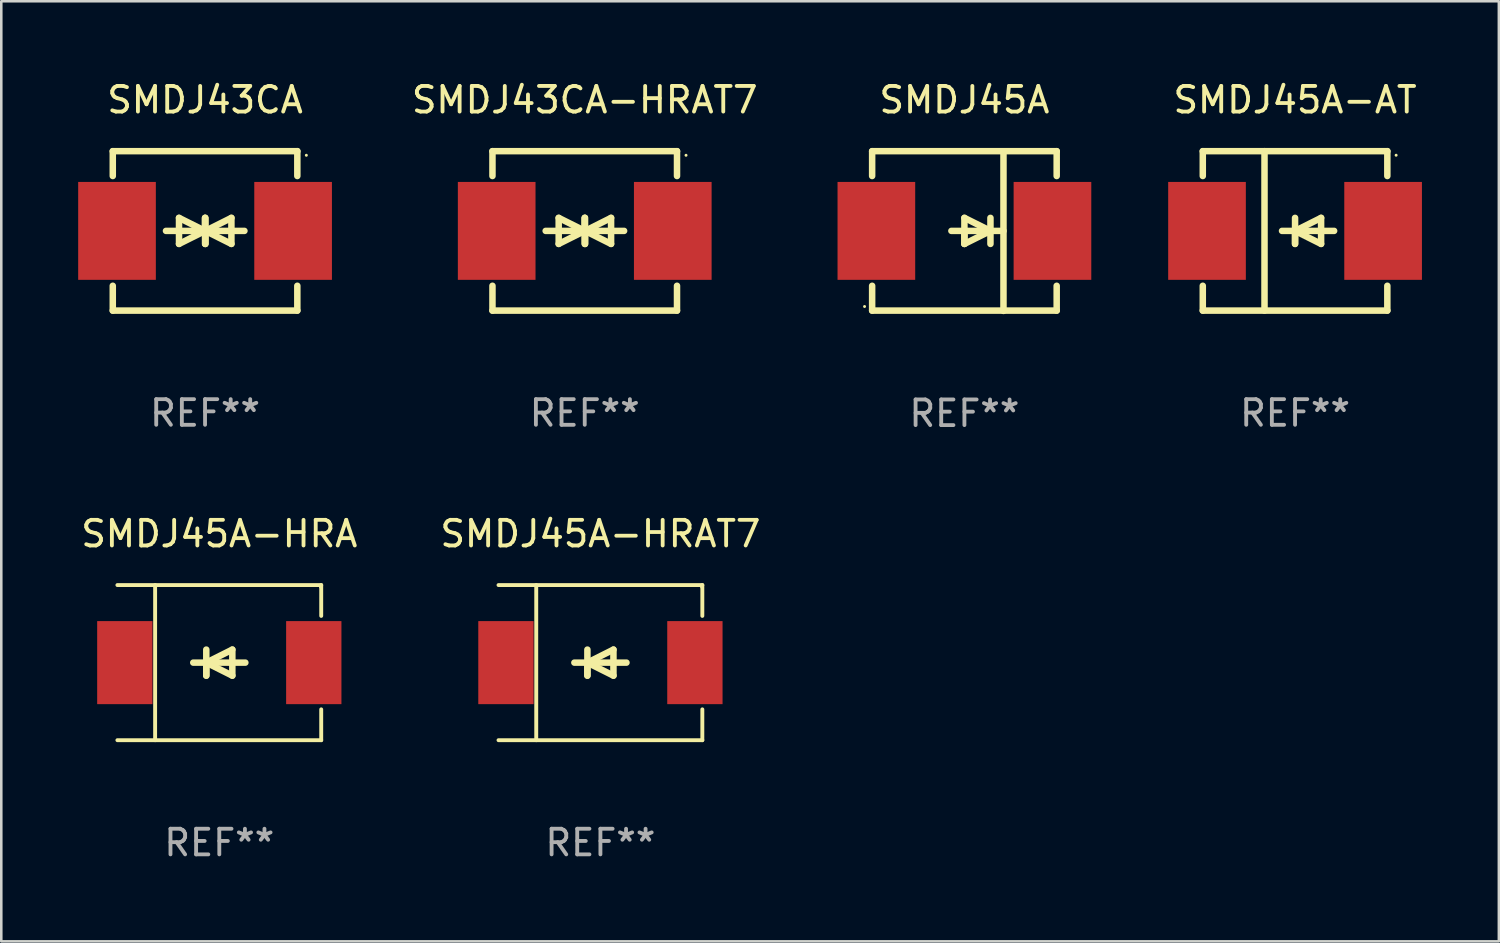
<source format=kicad_pcb>
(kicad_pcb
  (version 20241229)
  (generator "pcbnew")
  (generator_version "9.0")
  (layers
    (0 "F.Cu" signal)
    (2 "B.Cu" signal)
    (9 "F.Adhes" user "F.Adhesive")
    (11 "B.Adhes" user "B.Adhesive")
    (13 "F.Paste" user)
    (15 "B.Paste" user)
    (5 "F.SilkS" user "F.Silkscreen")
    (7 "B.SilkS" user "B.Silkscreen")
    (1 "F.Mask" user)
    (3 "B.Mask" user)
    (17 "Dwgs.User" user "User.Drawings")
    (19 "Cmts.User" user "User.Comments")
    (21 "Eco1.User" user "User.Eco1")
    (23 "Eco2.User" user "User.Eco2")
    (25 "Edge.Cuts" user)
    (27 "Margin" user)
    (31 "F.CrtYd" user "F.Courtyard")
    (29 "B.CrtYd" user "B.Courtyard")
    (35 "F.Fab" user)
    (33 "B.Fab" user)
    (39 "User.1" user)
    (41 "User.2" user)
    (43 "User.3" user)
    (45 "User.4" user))
  (footprint "SMDJ45A"
    (layer "F.Cu")
    (at 34.576 5.964)
    (property "Reference" "SMDJ45A" (at 0 -5.116 0) (layer "F.SilkS") (effects (font (size 1 1) (thickness 0.15))))
    (attr through_hole)
    (fp_line (start -3.6 -3.116) (end -3.6 -2.147) (stroke (width 0.254) (type solid)) (layer "F.SilkS"))
    (fp_line (start -3.6 -3.116) (end 3.6 -3.116) (stroke (width 0.254) (type solid)) (layer "F.SilkS"))
    (fp_line (start -3.6 2.136) (end -3.6 3.104) (stroke (width 0.254) (type solid)) (layer "F.SilkS"))
    (fp_line (start -3.6 3.104) (end 3.6 3.104) (stroke (width 0.254) (type solid)) (layer "F.SilkS"))
    (fp_line (start -0.508 -0.006) (end 1.524 -0.006) (stroke (width 0.254) (type solid)) (layer "F.SilkS"))
    (fp_line (start 0 -0.514) (end 1.016 -0.006) (stroke (width 0.254) (type solid)) (layer "F.SilkS"))
    (fp_line (start 0 -0.006) (end 0 0.502) (stroke (width 0.254) (type solid)) (layer "F.SilkS"))
    (fp_line (start 0 0.502) (end 0 -0.514) (stroke (width 0.254) (type solid)) (layer "F.SilkS"))
    (fp_line (start 1.016 -0.006) (end 0 0.502) (stroke (width 0.254) (type solid)) (layer "F.SilkS"))
    (fp_line (start 1.016 0.502) (end 1.016 -0.514) (stroke (width 0.254) (type solid)) (layer "F.SilkS"))
    (fp_line (start 1.524 -3.104) (end 1.524 3.116) (stroke (width 0.254) (type solid)) (layer "F.SilkS"))
    (fp_line (start 3.6 -3.116) (end 3.6 -2.147) (stroke (width 0.254) (type solid)) (layer "F.SilkS"))
    (fp_line (start 3.6 2.136) (end 3.6 3.104) (stroke (width 0.254) (type solid)) (layer "F.SilkS"))
    (fp_circle (center -3.896 2.944) (end -3.866 2.944) (stroke (width 0.06) (type solid)) (fill no) (layer "F.SilkS"))
    (fp_text user "REF**" (at 0 7.116 0) (layer "F.Fab") (effects (font (size 1 1) (thickness 0.15))))
    (pad "1" smd rect (at -3.435 -0.006 180) (size 3.03 3.82) (layers "F.Cu" "F.Mask" "F.Paste"))
    (pad "2" smd rect (at 3.435 -0.006 180) (size 3.03 3.82) (layers "F.Cu" "F.Mask" "F.Paste")))
  (footprint "SMDJ45A-HRAT7"
    (layer "F.Cu")
    (at 20.375 22.802)
    (property "Reference" "SMDJ45A-HRAT7" (at 0 -5.026 0) (layer "F.SilkS") (effects (font (size 1 1) (thickness 0.15))))
    (attr through_hole)
    (fp_line (start -3.976 -3.026) (end 3.976 -3.026) (stroke (width 0.152) (type solid)) (layer "F.SilkS"))
    (fp_line (start -3.976 3.026) (end 3.976 3.026) (stroke (width 0.152) (type solid)) (layer "F.SilkS"))
    (fp_line (start -2.504 -3.026) (end -2.504 3.026) (stroke (width 0.152) (type solid)) (layer "F.SilkS"))
    (fp_line (start -0.508 0) (end -0.508 0.508) (stroke (width 0.254) (type solid)) (layer "F.SilkS"))
    (fp_line (start -0.508 0) (end 0.508 0.508) (stroke (width 0.254) (type solid)) (layer "F.SilkS"))
    (fp_line (start -0.508 0.508) (end -0.508 -0.508) (stroke (width 0.254) (type solid)) (layer "F.SilkS"))
    (fp_line (start 0.508 -0.508) (end -0.508 0) (stroke (width 0.254) (type solid)) (layer "F.SilkS"))
    (fp_line (start 0.508 0.508) (end 0.508 -0.508) (stroke (width 0.254) (type solid)) (layer "F.SilkS"))
    (fp_line (start 1.016 0) (end -1.016 0) (stroke (width 0.254) (type solid)) (layer "F.SilkS"))
    (fp_line (start 3.976 -3.026) (end 3.976 -1.823) (stroke (width 0.152) (type solid)) (layer "F.SilkS"))
    (fp_line (start 3.976 3.026) (end 3.976 1.823) (stroke (width 0.152) (type solid)) (layer "F.SilkS"))
    (fp_circle (center 3.95 -2.95) (end 3.98 -2.95) (stroke (width 0.06) (type solid)) (fill no) (layer "F.SilkS"))
    (fp_text user "REF**" (at 0 7.026 0) (layer "F.Fab") (effects (font (size 1 1) (thickness 0.15))))
    (pad "1" smd rect (at 3.686 0 180) (size 2.158 3.24) (layers "F.Cu" "F.Mask" "F.Paste"))
    (pad "2" smd rect (at -3.686 0 180) (size 2.158 3.24) (layers "F.Cu" "F.Mask" "F.Paste")))
  (footprint "SMDJ45A-HRA"
    (layer "F.Cu")
    (at 5.506 22.802)
    (property "Reference" "SMDJ45A-HRA" (at 0 -5.026 0) (layer "F.SilkS") (effects (font (size 1 1) (thickness 0.15))))
    (attr through_hole)
    (fp_line (start -3.976 -3.026) (end 3.976 -3.026) (stroke (width 0.152) (type solid)) (layer "F.SilkS"))
    (fp_line (start -3.976 3.026) (end 3.976 3.026) (stroke (width 0.152) (type solid)) (layer "F.SilkS"))
    (fp_line (start -2.504 -3.026) (end -2.504 3.026) (stroke (width 0.152) (type solid)) (layer "F.SilkS"))
    (fp_line (start -0.508 0) (end -0.508 0.508) (stroke (width 0.254) (type solid)) (layer "F.SilkS"))
    (fp_line (start -0.508 0) (end 0.508 0.508) (stroke (width 0.254) (type solid)) (layer "F.SilkS"))
    (fp_line (start -0.508 0.508) (end -0.508 -0.508) (stroke (width 0.254) (type solid)) (layer "F.SilkS"))
    (fp_line (start 0.508 -0.508) (end -0.508 0) (stroke (width 0.254) (type solid)) (layer "F.SilkS"))
    (fp_line (start 0.508 0.508) (end 0.508 -0.508) (stroke (width 0.254) (type solid)) (layer "F.SilkS"))
    (fp_line (start 1.016 0) (end -1.016 0) (stroke (width 0.254) (type solid)) (layer "F.SilkS"))
    (fp_line (start 3.976 -3.026) (end 3.976 -1.823) (stroke (width 0.152) (type solid)) (layer "F.SilkS"))
    (fp_line (start 3.976 3.026) (end 3.976 1.823) (stroke (width 0.152) (type solid)) (layer "F.SilkS"))
    (fp_circle (center 3.95 -2.95) (end 3.98 -2.95) (stroke (width 0.06) (type solid)) (fill no) (layer "F.SilkS"))
    (fp_text user "REF**" (at 0 7.026 0) (layer "F.Fab") (effects (font (size 1 1) (thickness 0.15))))
    (pad "1" smd rect (at 3.686 0 180) (size 2.158 3.24) (layers "F.Cu" "F.Mask" "F.Paste"))
    (pad "2" smd rect (at -3.686 0 180) (size 2.158 3.24) (layers "F.Cu" "F.Mask" "F.Paste")))
  (footprint "SMDJ43CA-HRAT7"
    (layer "F.Cu")
    (at 19.763 5.958)
    (property "Reference" "SMDJ43CA-HRAT7" (at 0 -5.11 0) (layer "F.SilkS") (effects (font (size 1 1) (thickness 0.15))))
    (attr through_hole)
    (fp_line (start -3.6 -2.141) (end -3.6 -3.11) (stroke (width 0.254) (type solid)) (layer "F.SilkS"))
    (fp_line (start -3.6 3.11) (end -3.6 2.141) (stroke (width 0.254) (type solid)) (layer "F.SilkS"))
    (fp_line (start -1.524 0) (end 0.508 0) (stroke (width 0.254) (type solid)) (layer "F.SilkS"))
    (fp_line (start -1.016 -0.508) (end -1.016 0.508) (stroke (width 0.254) (type solid)) (layer "F.SilkS"))
    (fp_line (start -1.016 0.508) (end 0 0) (stroke (width 0.254) (type solid)) (layer "F.SilkS"))
    (fp_line (start 0 -0.508) (end 0 0.508) (stroke (width 0.254) (type solid)) (layer "F.SilkS"))
    (fp_line (start 0 0) (end -1.016 -0.508) (stroke (width 0.254) (type solid)) (layer "F.SilkS"))
    (fp_line (start 0 0) (end 0 -0.508) (stroke (width 0.254) (type solid)) (layer "F.SilkS"))
    (fp_line (start 0.012 0) (end 0.012 0.508) (stroke (width 0.254) (type solid)) (layer "F.SilkS"))
    (fp_line (start 0.012 0) (end 1.028 0.508) (stroke (width 0.254) (type solid)) (layer "F.SilkS"))
    (fp_line (start 0.012 0.508) (end 0.012 -0.508) (stroke (width 0.254) (type solid)) (layer "F.SilkS"))
    (fp_line (start 1.028 -0.508) (end 0.012 0) (stroke (width 0.254) (type solid)) (layer "F.SilkS"))
    (fp_line (start 1.028 0.508) (end 1.028 -0.508) (stroke (width 0.254) (type solid)) (layer "F.SilkS"))
    (fp_line (start 1.536 0) (end -0.496 0) (stroke (width 0.254) (type solid)) (layer "F.SilkS"))
    (fp_line (start 3.6 -3.11) (end -3.6 -3.11) (stroke (width 0.254) (type solid)) (layer "F.SilkS"))
    (fp_line (start 3.6 -2.141) (end 3.6 -3.11) (stroke (width 0.254) (type solid)) (layer "F.SilkS"))
    (fp_line (start 3.6 3.11) (end -3.6 3.11) (stroke (width 0.254) (type solid)) (layer "F.SilkS"))
    (fp_line (start 3.6 3.11) (end 3.6 2.141) (stroke (width 0.254) (type solid)) (layer "F.SilkS"))
    (fp_circle (center 3.952 -2.95) (end 3.982 -2.95) (stroke (width 0.06) (type solid)) (fill no) (layer "F.SilkS"))
    (fp_text user "REF**" (at 0 7.11 0) (layer "F.Fab") (effects (font (size 1 1) (thickness 0.15))))
    (pad "1" smd rect (at 3.435 0) (size 3.03 3.82) (layers "F.Cu" "F.Mask" "F.Paste"))
    (pad "2" smd rect (at -3.435 0) (size 3.03 3.82) (layers "F.Cu" "F.Mask" "F.Paste")))
  (footprint "SMDJ45A-AT"
    (layer "F.Cu")
    (at 47.476 5.958)
    (property "Reference" "SMDJ45A-AT" (at 0 -5.11 0) (layer "F.SilkS") (effects (font (size 1 1) (thickness 0.15))))
    (attr through_hole)
    (fp_line (start -3.6 -3.11) (end -3.6 -2.141) (stroke (width 0.254) (type solid)) (layer "F.SilkS"))
    (fp_line (start -3.6 -3.11) (end 3.6 -3.11) (stroke (width 0.254) (type solid)) (layer "F.SilkS"))
    (fp_line (start -3.6 2.141) (end -3.6 3.11) (stroke (width 0.254) (type solid)) (layer "F.SilkS"))
    (fp_line (start -3.6 3.11) (end 3.6 3.11) (stroke (width 0.254) (type solid)) (layer "F.SilkS"))
    (fp_line (start -1.192 -3.11) (end -1.192 3.11) (stroke (width 0.254) (type solid)) (layer "F.SilkS"))
    (fp_line (start 0 0) (end 0 0.508) (stroke (width 0.254) (type solid)) (layer "F.SilkS"))
    (fp_line (start 0 0) (end 1.016 0.508) (stroke (width 0.254) (type solid)) (layer "F.SilkS"))
    (fp_line (start 0 0.508) (end 0 -0.508) (stroke (width 0.254) (type solid)) (layer "F.SilkS"))
    (fp_line (start 1.016 -0.508) (end 0 0) (stroke (width 0.254) (type solid)) (layer "F.SilkS"))
    (fp_line (start 1.016 0.508) (end 1.016 -0.508) (stroke (width 0.254) (type solid)) (layer "F.SilkS"))
    (fp_line (start 1.524 0) (end -0.508 0) (stroke (width 0.254) (type solid)) (layer "F.SilkS"))
    (fp_line (start 3.6 -3.11) (end 3.6 -2.141) (stroke (width 0.254) (type solid)) (layer "F.SilkS"))
    (fp_line (start 3.6 2.141) (end 3.6 3.11) (stroke (width 0.254) (type solid)) (layer "F.SilkS"))
    (fp_circle (center 3.943 -2.952) (end 3.973 -2.952) (stroke (width 0.06) (type solid)) (fill no) (layer "F.SilkS"))
    (fp_text user "REF**" (at 0 7.11 0) (layer "F.Fab") (effects (font (size 1 1) (thickness 0.15))))
    (pad "1" smd rect (at 3.435 0 180) (size 3.03 3.82) (layers "F.Cu" "F.Mask" "F.Paste"))
    (pad "2" smd rect (at -3.435 0 180) (size 3.03 3.82) (layers "F.Cu" "F.Mask" "F.Paste")))
  (footprint "SMDJ43CA"
    (layer "F.Cu")
    (at 4.95 5.958)
    (property "Reference" "SMDJ43CA" (at 0 -5.11 0) (layer "F.SilkS") (effects (font (size 1 1) (thickness 0.15))))
    (attr through_hole)
    (fp_line (start -3.6 -2.141) (end -3.6 -3.11) (stroke (width 0.254) (type solid)) (layer "F.SilkS"))
    (fp_line (start -3.6 3.11) (end -3.6 2.141) (stroke (width 0.254) (type solid)) (layer "F.SilkS"))
    (fp_line (start -1.524 0) (end 0.508 0) (stroke (width 0.254) (type solid)) (layer "F.SilkS"))
    (fp_line (start -1.016 -0.508) (end -1.016 0.508) (stroke (width 0.254) (type solid)) (layer "F.SilkS"))
    (fp_line (start -1.016 0.508) (end 0 0) (stroke (width 0.254) (type solid)) (layer "F.SilkS"))
    (fp_line (start 0 -0.508) (end 0 0.508) (stroke (width 0.254) (type solid)) (layer "F.SilkS"))
    (fp_line (start 0 0) (end -1.016 -0.508) (stroke (width 0.254) (type solid)) (layer "F.SilkS"))
    (fp_line (start 0 0) (end 0 -0.508) (stroke (width 0.254) (type solid)) (layer "F.SilkS"))
    (fp_line (start 0.012 0) (end 0.012 0.508) (stroke (width 0.254) (type solid)) (layer "F.SilkS"))
    (fp_line (start 0.012 0) (end 1.028 0.508) (stroke (width 0.254) (type solid)) (layer "F.SilkS"))
    (fp_line (start 0.012 0.508) (end 0.012 -0.508) (stroke (width 0.254) (type solid)) (layer "F.SilkS"))
    (fp_line (start 1.028 -0.508) (end 0.012 0) (stroke (width 0.254) (type solid)) (layer "F.SilkS"))
    (fp_line (start 1.028 0.508) (end 1.028 -0.508) (stroke (width 0.254) (type solid)) (layer "F.SilkS"))
    (fp_line (start 1.536 0) (end -0.496 0) (stroke (width 0.254) (type solid)) (layer "F.SilkS"))
    (fp_line (start 3.6 -3.11) (end -3.6 -3.11) (stroke (width 0.254) (type solid)) (layer "F.SilkS"))
    (fp_line (start 3.6 -2.141) (end 3.6 -3.11) (stroke (width 0.254) (type solid)) (layer "F.SilkS"))
    (fp_line (start 3.6 3.11) (end -3.6 3.11) (stroke (width 0.254) (type solid)) (layer "F.SilkS"))
    (fp_line (start 3.6 3.11) (end 3.6 2.141) (stroke (width 0.254) (type solid)) (layer "F.SilkS"))
    (fp_circle (center 3.952 -2.95) (end 3.982 -2.95) (stroke (width 0.06) (type solid)) (fill no) (layer "F.SilkS"))
    (fp_text user "REF**" (at 0 7.11 0) (layer "F.Fab") (effects (font (size 1 1) (thickness 0.15))))
    (pad "1" smd rect (at 3.435 0) (size 3.03 3.82) (layers "F.Cu" "F.Mask" "F.Paste"))
    (pad "2" smd rect (at -3.435 0) (size 3.03 3.82) (layers "F.Cu" "F.Mask" "F.Paste")))
  (gr_rect
    (start -3 -3)
    (end 55.427 33.677)
    (stroke (width 0.1) (type default))
    (fill no)
    (layer "Edge.Cuts")))
</source>
